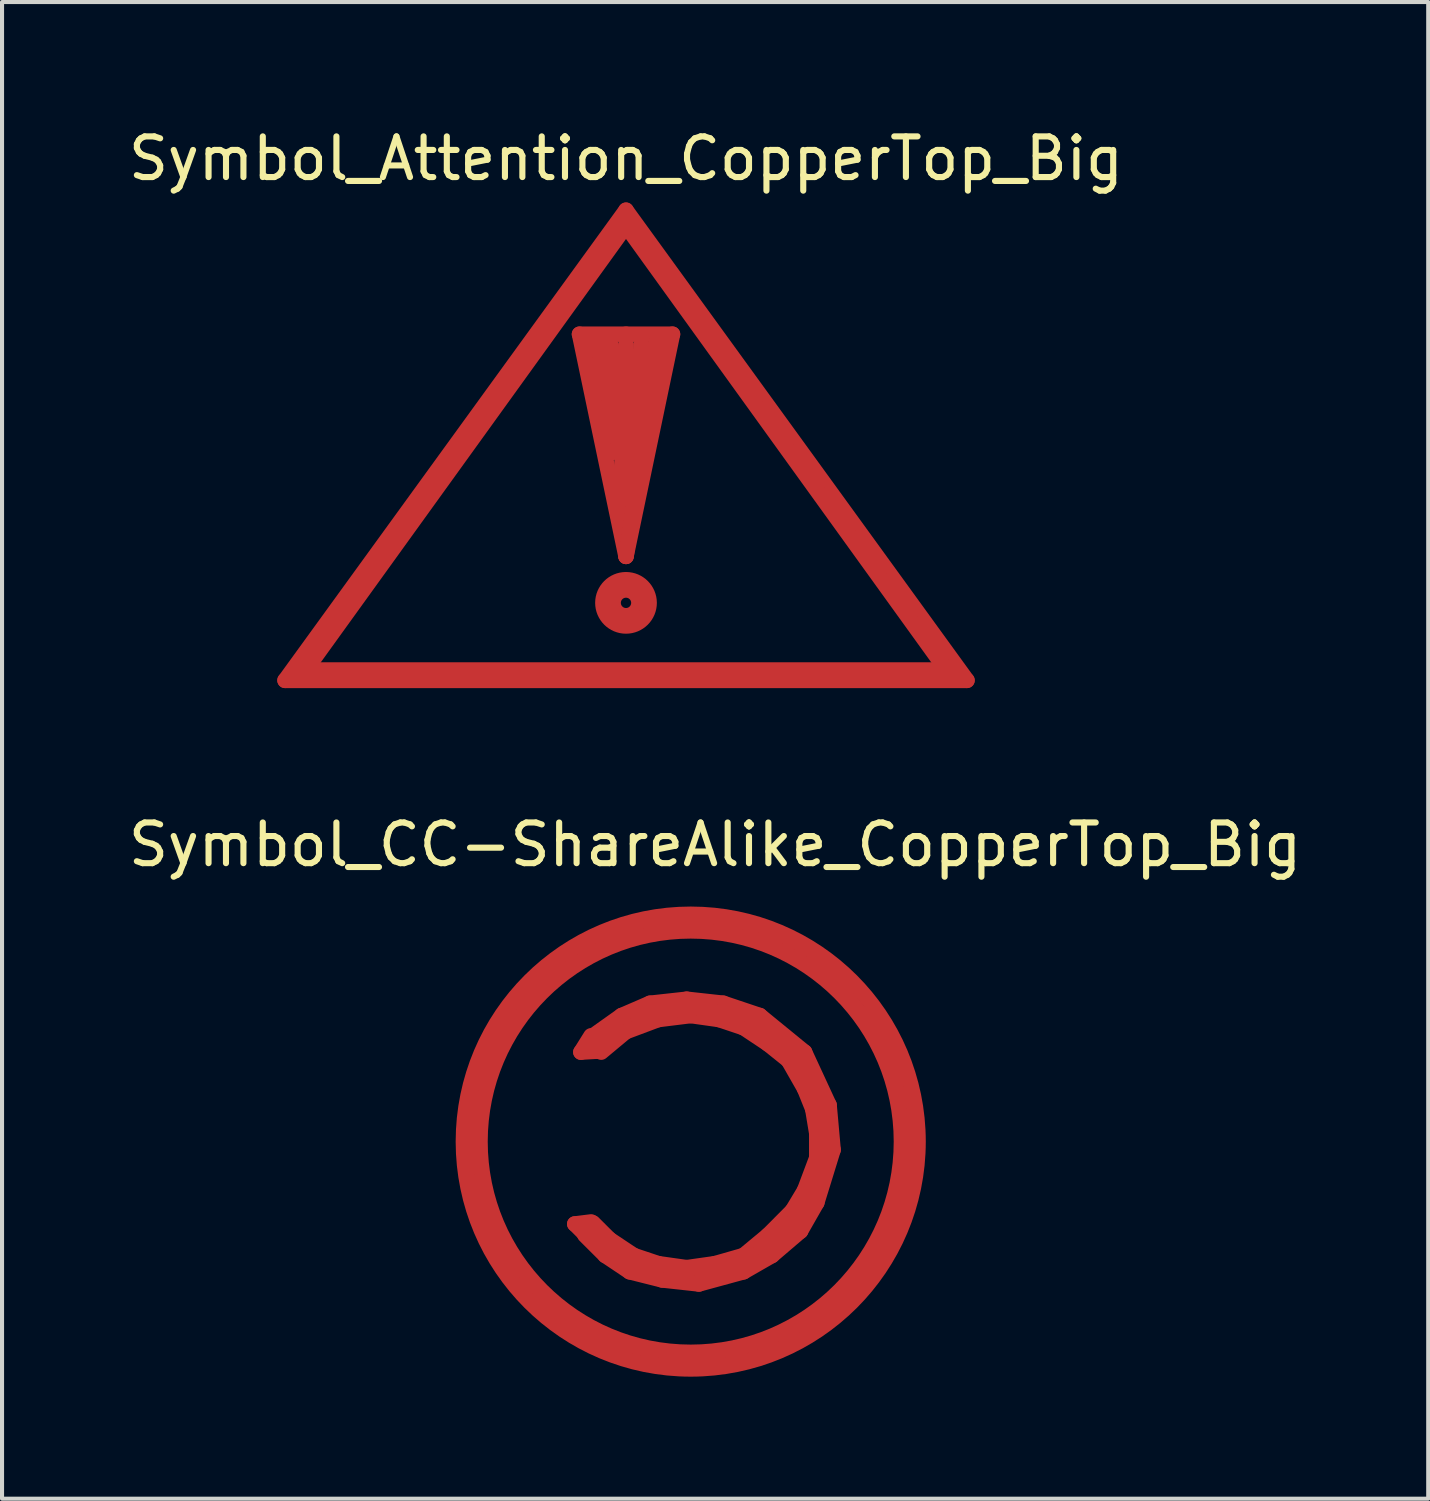
<source format=kicad_pcb>
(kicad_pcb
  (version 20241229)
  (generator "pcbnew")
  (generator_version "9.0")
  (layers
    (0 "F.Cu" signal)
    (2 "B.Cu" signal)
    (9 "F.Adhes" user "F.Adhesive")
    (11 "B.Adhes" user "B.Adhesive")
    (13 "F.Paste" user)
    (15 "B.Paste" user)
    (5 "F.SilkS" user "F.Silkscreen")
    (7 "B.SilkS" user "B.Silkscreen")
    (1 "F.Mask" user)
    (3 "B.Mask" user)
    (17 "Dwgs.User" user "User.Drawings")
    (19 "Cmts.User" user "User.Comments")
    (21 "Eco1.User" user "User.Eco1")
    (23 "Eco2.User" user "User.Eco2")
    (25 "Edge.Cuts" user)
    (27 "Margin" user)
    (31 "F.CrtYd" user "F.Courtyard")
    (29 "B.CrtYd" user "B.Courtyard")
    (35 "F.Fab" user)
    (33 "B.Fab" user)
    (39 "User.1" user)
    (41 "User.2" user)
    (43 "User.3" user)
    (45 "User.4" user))
  (footprint "Symbol_Attention_CopperTop_Big"
    (layer "F.Cu")
    (at 12.339 8.976)
    (property "Reference" "Symbol_Attention_CopperTop_Big" (at 0 -8.128 0) (layer "F.SilkS") (effects (font (size 1 1) (thickness 0.15))))
    (attr through_hole)
    (fp_line (start -8.382 4.699) (end 0 -6.858) (stroke (width 0.381) (type solid)) (layer "F.Cu"))
    (fp_line (start -7.874 4.445) (end 0 -6.477) (stroke (width 0.381) (type solid)) (layer "F.Cu"))
    (fp_line (start -1.143 -3.81) (end 0 -3.81) (stroke (width 0.381) (type solid)) (layer "F.Cu"))
    (fp_line (start -0.889 -3.556) (end -0.508 -2.159) (stroke (width 0.381) (type solid)) (layer "F.Cu"))
    (fp_line (start -0.508 -2.159) (end -0.635 -3.429) (stroke (width 0.381) (type solid)) (layer "F.Cu"))
    (fp_line (start -0.381 -3.556) (end -0.889 -3.556) (stroke (width 0.381) (type solid)) (layer "F.Cu"))
    (fp_line (start -0.381 -0.889) (end -0.381 -3.556) (stroke (width 0.381) (type solid)) (layer "F.Cu"))
    (fp_line (start -0.127 0.127) (end 0 -3.556) (stroke (width 0.381) (type solid)) (layer "F.Cu"))
    (fp_line (start 0 -6.858) (end 8.382 4.699) (stroke (width 0.381) (type solid)) (layer "F.Cu"))
    (fp_line (start 0 -6.477) (end 7.874 4.445) (stroke (width 0.381) (type solid)) (layer "F.Cu"))
    (fp_line (start 0 -3.81) (end 1.143 -3.81) (stroke (width 0.381) (type solid)) (layer "F.Cu"))
    (fp_line (start 0 -3.556) (end -0.381 -0.889) (stroke (width 0.381) (type solid)) (layer "F.Cu"))
    (fp_line (start 0 1.524) (end 0.381 -3.556) (stroke (width 0.381) (type solid)) (layer "F.Cu"))
    (fp_line (start 0 1.651) (end -1.143 -3.81) (stroke (width 0.381) (type solid)) (layer "F.Cu"))
    (fp_line (start 0 1.651) (end 0.762 -3.683) (stroke (width 0.381) (type solid)) (layer "F.Cu"))
    (fp_line (start 0.381 -3.556) (end -0.127 0.127) (stroke (width 0.381) (type solid)) (layer "F.Cu"))
    (fp_line (start 1.143 -3.81) (end 0 1.651) (stroke (width 0.381) (type solid)) (layer "F.Cu"))
    (fp_line (start 7.874 4.445) (end -7.874 4.445) (stroke (width 0.381) (type solid)) (layer "F.Cu"))
    (fp_line (start 8.382 4.699) (end -8.382 4.699) (stroke (width 0.381) (type solid)) (layer "F.Cu"))
    (fp_circle (center 0 2.794) (end 0 2.921) (stroke (width 0.381) (type solid)) (fill no) (layer "F.Cu"))
    (fp_circle (center 0 2.794) (end 0.127 2.921) (stroke (width 0.381) (type solid)) (fill no) (layer "F.Cu"))
    (fp_circle (center 0 2.794) (end 0.254 3.302) (stroke (width 0.381) (type solid)) (fill no) (layer "F.Cu")))
  (footprint "Symbol_CC-ShareAlike_CopperTop_Big"
    (layer "F.Cu")
    (at 13.93 25.014)
    (property "Reference" "Symbol_CC-ShareAlike_CopperTop_Big" (at 0.599 -7.3 0) (layer "F.SilkS") (effects (font (size 1 1) (thickness 0.15))))
    (attr through_hole)
    (fp_line (start -5.4 0.099) (end -5.199 1.3) (stroke (width 0.381) (type solid)) (layer "F.Cu"))
    (fp_line (start -5.301 -1.1) (end -5.4 0.099) (stroke (width 0.381) (type solid)) (layer "F.Cu"))
    (fp_line (start -5.199 1.3) (end -4.801 2.4) (stroke (width 0.381) (type solid)) (layer "F.Cu"))
    (fp_line (start -5.001 -2.101) (end -5.301 -1.1) (stroke (width 0.381) (type solid)) (layer "F.Cu"))
    (fp_line (start -4.801 2.4) (end -3.8 3.899) (stroke (width 0.381) (type solid)) (layer "F.Cu"))
    (fp_line (start -4.501 -3) (end -5.001 -2.101) (stroke (width 0.381) (type solid)) (layer "F.Cu"))
    (fp_line (start -4 -3.599) (end -4.501 -3) (stroke (width 0.381) (type solid)) (layer "F.Cu"))
    (fp_line (start -3.8 3.899) (end -2.601 4.801) (stroke (width 0.381) (type solid)) (layer "F.Cu"))
    (fp_line (start -3.299 -4.201) (end -4 -3.599) (stroke (width 0.381) (type solid)) (layer "F.Cu"))
    (fp_line (start -2.85 2.025) (end -2.45 1.975) (stroke (width 0.381) (type solid)) (layer "F.Cu"))
    (fp_line (start -2.7 -4.699) (end -3.299 -4.201) (stroke (width 0.381) (type solid)) (layer "F.Cu"))
    (fp_line (start -2.7 -2.2) (end -2.275 -2.225) (stroke (width 0.381) (type solid)) (layer "F.Cu"))
    (fp_line (start -2.625 2.25) (end -2.85 2.025) (stroke (width 0.381) (type solid)) (layer "F.Cu"))
    (fp_line (start -2.601 4.801) (end -1.3 5.301) (stroke (width 0.381) (type solid)) (layer "F.Cu"))
    (fp_line (start -2.45 -2.6) (end -2.7 -2.2) (stroke (width 0.381) (type solid)) (layer "F.Cu"))
    (fp_line (start -2.4 -2.601) (end -1.699 -3.099) (stroke (width 0.381) (type solid)) (layer "F.Cu"))
    (fp_line (start -2.4 1.999) (end -1.999 2.4) (stroke (width 0.381) (type solid)) (layer "F.Cu"))
    (fp_line (start -2.3 2.375) (end -1.875 2.75) (stroke (width 0.381) (type solid)) (layer "F.Cu"))
    (fp_line (start -2.275 -2.225) (end -2.4 -2.55) (stroke (width 0.381) (type solid)) (layer "F.Cu"))
    (fp_line (start -2.101 2.799) (end -2.601 2.301) (stroke (width 0.381) (type solid)) (layer "F.Cu"))
    (fp_line (start -1.999 -4.9) (end -2.7 -4.699) (stroke (width 0.381) (type solid)) (layer "F.Cu"))
    (fp_line (start -1.999 2.4) (end -1.4 2.799) (stroke (width 0.381) (type solid)) (layer "F.Cu"))
    (fp_line (start -1.875 2.75) (end -1.85 2.75) (stroke (width 0.381) (type solid)) (layer "F.Cu"))
    (fp_line (start -1.801 2.901) (end -0.201 3.299) (stroke (width 0.381) (type solid)) (layer "F.Cu"))
    (fp_line (start -1.699 -3.099) (end -1.001 -3.401) (stroke (width 0.381) (type solid)) (layer "F.Cu"))
    (fp_line (start -1.6 -2.7) (end -2.2 -2.2) (stroke (width 0.381) (type solid)) (layer "F.Cu"))
    (fp_line (start -1.501 3.2) (end -2.101 2.799) (stroke (width 0.381) (type solid)) (layer "F.Cu"))
    (fp_line (start -1.4 2.799) (end -0.8 3) (stroke (width 0.381) (type solid)) (layer "F.Cu"))
    (fp_line (start -1.3 -5.1) (end -1.999 -4.9) (stroke (width 0.381) (type solid)) (layer "F.Cu"))
    (fp_line (start -1.3 -3.099) (end -2.2 -2.499) (stroke (width 0.381) (type solid)) (layer "F.Cu"))
    (fp_line (start -1.3 5.301) (end 0.099 5.301) (stroke (width 0.381) (type solid)) (layer "F.Cu"))
    (fp_line (start -1.001 -3.401) (end -0.099 -3.5) (stroke (width 0.381) (type solid)) (layer "F.Cu"))
    (fp_line (start -0.8 -3) (end -1.6 -2.7) (stroke (width 0.381) (type solid)) (layer "F.Cu"))
    (fp_line (start -0.8 3) (end -0.099 3.099) (stroke (width 0.381) (type solid)) (layer "F.Cu"))
    (fp_line (start -0.701 3.401) (end -1.501 3.2) (stroke (width 0.381) (type solid)) (layer "F.Cu"))
    (fp_line (start -0.5 -5.4) (end -1.3 -5.1) (stroke (width 0.381) (type solid)) (layer "F.Cu"))
    (fp_line (start -0.201 3.299) (end 1.3 3) (stroke (width 0.381) (type solid)) (layer "F.Cu"))
    (fp_line (start -0.099 -3.5) (end 0.8 -3.401) (stroke (width 0.381) (type solid)) (layer "F.Cu"))
    (fp_line (start -0.099 3.099) (end 0.599 3) (stroke (width 0.381) (type solid)) (layer "F.Cu"))
    (fp_line (start 0 -5.4) (end -0.5 -5.4) (stroke (width 0.381) (type solid)) (layer "F.Cu"))
    (fp_line (start 0 -3.099) (end -0.8 -3) (stroke (width 0.381) (type solid)) (layer "F.Cu"))
    (fp_line (start 0.099 -3.299) (end -1.3 -3.099) (stroke (width 0.381) (type solid)) (layer "F.Cu"))
    (fp_line (start 0.099 5.301) (end 1.6 5.199) (stroke (width 0.381) (type solid)) (layer "F.Cu"))
    (fp_line (start 0.201 3.5) (end -0.701 3.401) (stroke (width 0.381) (type solid)) (layer "F.Cu"))
    (fp_line (start 0.599 3) (end 1.3 2.799) (stroke (width 0.381) (type solid)) (layer "F.Cu"))
    (fp_line (start 0.701 -3) (end 0 -3.099) (stroke (width 0.381) (type solid)) (layer "F.Cu"))
    (fp_line (start 0.8 -3.401) (end 1.699 -3.099) (stroke (width 0.381) (type solid)) (layer "F.Cu"))
    (fp_line (start 1.3 -2.799) (end 0.701 -3) (stroke (width 0.381) (type solid)) (layer "F.Cu"))
    (fp_line (start 1.3 2.799) (end 1.9 2.301) (stroke (width 0.381) (type solid)) (layer "F.Cu"))
    (fp_line (start 1.3 3) (end 2.301 2.301) (stroke (width 0.381) (type solid)) (layer "F.Cu"))
    (fp_line (start 1.3 3.2) (end 0.201 3.5) (stroke (width 0.381) (type solid)) (layer "F.Cu"))
    (fp_line (start 1.4 -5.199) (end 0 -5.301) (stroke (width 0.381) (type solid)) (layer "F.Cu"))
    (fp_line (start 1.501 -3) (end 0.099 -3.299) (stroke (width 0.381) (type solid)) (layer "F.Cu"))
    (fp_line (start 1.6 5.199) (end 2.601 4.699) (stroke (width 0.381) (type solid)) (layer "F.Cu"))
    (fp_line (start 1.699 -3.099) (end 2.799 -2.2) (stroke (width 0.381) (type solid)) (layer "F.Cu"))
    (fp_line (start 1.9 -2.4) (end 1.3 -2.799) (stroke (width 0.381) (type solid)) (layer "F.Cu"))
    (fp_line (start 1.9 2.301) (end 2.499 1.699) (stroke (width 0.381) (type solid)) (layer "F.Cu"))
    (fp_line (start 1.999 2.799) (end 1.3 3.2) (stroke (width 0.381) (type solid)) (layer "F.Cu"))
    (fp_line (start 2.301 2.301) (end 3 1.199) (stroke (width 0.381) (type solid)) (layer "F.Cu"))
    (fp_line (start 2.4 -4.801) (end 1.4 -5.199) (stroke (width 0.381) (type solid)) (layer "F.Cu"))
    (fp_line (start 2.4 -1.999) (end 1.9 -2.4) (stroke (width 0.381) (type solid)) (layer "F.Cu"))
    (fp_line (start 2.499 -2.2) (end 1.501 -3) (stroke (width 0.381) (type solid)) (layer "F.Cu"))
    (fp_line (start 2.499 1.699) (end 2.799 1.199) (stroke (width 0.381) (type solid)) (layer "F.Cu"))
    (fp_line (start 2.601 4.699) (end 4.201 3.401) (stroke (width 0.381) (type solid)) (layer "F.Cu"))
    (fp_line (start 2.7 2.2) (end 1.999 2.799) (stroke (width 0.381) (type solid)) (layer "F.Cu"))
    (fp_line (start 2.799 -2.2) (end 3.401 -0.899) (stroke (width 0.381) (type solid)) (layer "F.Cu"))
    (fp_line (start 2.799 -1.3) (end 2.4 -1.999) (stroke (width 0.381) (type solid)) (layer "F.Cu"))
    (fp_line (start 2.799 1.199) (end 3.099 0.399) (stroke (width 0.381) (type solid)) (layer "F.Cu"))
    (fp_line (start 3 -0.8) (end 2.799 -1.3) (stroke (width 0.381) (type solid)) (layer "F.Cu"))
    (fp_line (start 3 1.199) (end 3.299 0.201) (stroke (width 0.381) (type solid)) (layer "F.Cu"))
    (fp_line (start 3.099 -1.001) (end 2.499 -2.2) (stroke (width 0.381) (type solid)) (layer "F.Cu"))
    (fp_line (start 3.099 -0.201) (end 3 -0.8) (stroke (width 0.381) (type solid)) (layer "F.Cu"))
    (fp_line (start 3.099 0.399) (end 3.099 -0.201) (stroke (width 0.381) (type solid)) (layer "F.Cu"))
    (fp_line (start 3.099 1.501) (end 2.7 2.2) (stroke (width 0.381) (type solid)) (layer "F.Cu"))
    (fp_line (start 3.299 0.201) (end 3.099 -1.001) (stroke (width 0.381) (type solid)) (layer "F.Cu"))
    (fp_line (start 3.401 -4.1) (end 2.4 -4.801) (stroke (width 0.381) (type solid)) (layer "F.Cu"))
    (fp_line (start 3.401 -0.899) (end 3.5 0.201) (stroke (width 0.381) (type solid)) (layer "F.Cu"))
    (fp_line (start 3.5 0.201) (end 3.099 1.501) (stroke (width 0.381) (type solid)) (layer "F.Cu"))
    (fp_line (start 4.201 3.401) (end 5.001 1.801) (stroke (width 0.381) (type solid)) (layer "F.Cu"))
    (fp_line (start 4.699 -2.499) (end 3.401 -4.1) (stroke (width 0.381) (type solid)) (layer "F.Cu"))
    (fp_line (start 5.001 1.801) (end 5.4 0.3) (stroke (width 0.381) (type solid)) (layer "F.Cu"))
    (fp_line (start 5.199 -1.4) (end 4.699 -2.499) (stroke (width 0.381) (type solid)) (layer "F.Cu"))
    (fp_line (start 5.4 0.3) (end 5.199 -1.4) (stroke (width 0.381) (type solid)) (layer "F.Cu"))
    (fp_circle (center 0 0) (end 5.08 1.016) (stroke (width 0.381) (type solid)) (fill no) (layer "F.Cu"))
    (fp_circle (center 0 0) (end 5.588 0) (stroke (width 0.381) (type solid)) (fill no) (layer "F.Cu")))
  (gr_rect
    (start -3 -3)
    (end 32.06 33.792)
    (stroke (width 0.1) (type default))
    (fill no)
    (layer "Edge.Cuts")))
</source>
